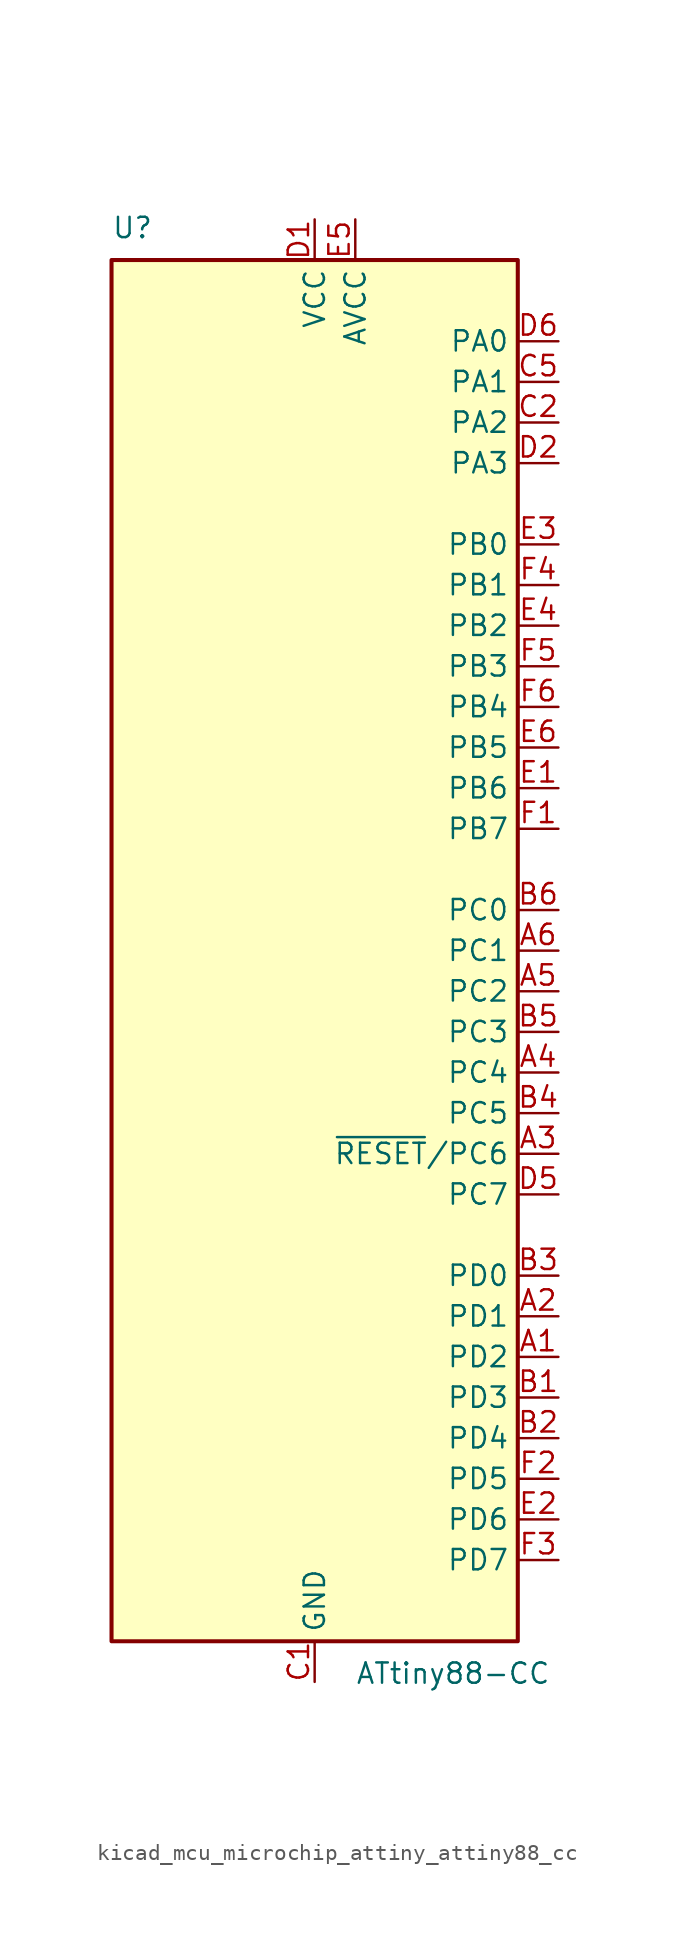
<source format=kicad_sym>
(kicad_symbol_lib
  (version 20220914)
  (generator kicad_symbol_editor)
  (symbol "kicad_mcu_microchip_attiny_attiny88_cc"
    (property "Reference" "U"
      (at -12.7 44.45 0)
      (effects (font (size 1.27 1.27)) (justify left bottom)))
    (property "Value" "ATtiny88-CC"
      (at 2.54 -44.45 0)
      (effects (font (size 1.27 1.27)) (justify left top)))
    (symbol "kicad_mcu_microchip_attiny_attiny88_cc_0_1"
      (rectangle (start -12.7 -43.18) (end 12.7 43.18) (stroke (width 0.254) (type default)) (fill (type background))))
    (symbol "kicad_mcu_microchip_attiny_attiny88_cc_1_1"
      (pin bidirectional line (at 15.24 -25.4 180) (length 2.54) (name "PD2" (effects (font (size 1.27 1.27)))) (number "A1" (effects (font (size 1.27 1.27)))))
      (pin bidirectional line (at 15.24 -22.86 180) (length 2.54) (name "PD1" (effects (font (size 1.27 1.27)))) (number "A2" (effects (font (size 1.27 1.27)))))
      (pin bidirectional line (at 15.24 -12.7 180) (length 2.54) (name "~{RESET}/PC6" (effects (font (size 1.27 1.27)))) (number "A3" (effects (font (size 1.27 1.27)))))
      (pin bidirectional line (at 15.24 -7.62 180) (length 2.54) (name "PC4" (effects (font (size 1.27 1.27)))) (number "A4" (effects (font (size 1.27 1.27)))))
      (pin bidirectional line (at 15.24 -2.54 180) (length 2.54) (name "PC2" (effects (font (size 1.27 1.27)))) (number "A5" (effects (font (size 1.27 1.27)))))
      (pin bidirectional line (at 15.24 0 180) (length 2.54) (name "PC1" (effects (font (size 1.27 1.27)))) (number "A6" (effects (font (size 1.27 1.27)))))
      (pin bidirectional line (at 15.24 -27.94 180) (length 2.54) (name "PD3" (effects (font (size 1.27 1.27)))) (number "B1" (effects (font (size 1.27 1.27)))))
      (pin bidirectional line (at 15.24 -30.48 180) (length 2.54) (name "PD4" (effects (font (size 1.27 1.27)))) (number "B2" (effects (font (size 1.27 1.27)))))
      (pin bidirectional line (at 15.24 -20.32 180) (length 2.54) (name "PD0" (effects (font (size 1.27 1.27)))) (number "B3" (effects (font (size 1.27 1.27)))))
      (pin bidirectional line (at 15.24 -10.16 180) (length 2.54) (name "PC5" (effects (font (size 1.27 1.27)))) (number "B4" (effects (font (size 1.27 1.27)))))
      (pin bidirectional line (at 15.24 -5.08 180) (length 2.54) (name "PC3" (effects (font (size 1.27 1.27)))) (number "B5" (effects (font (size 1.27 1.27)))))
      (pin bidirectional line (at 15.24 2.54 180) (length 2.54) (name "PC0" (effects (font (size 1.27 1.27)))) (number "B6" (effects (font (size 1.27 1.27)))))
      (pin power_in line (at 0 -45.72 90) (length 2.54) (name "GND" (effects (font (size 1.27 1.27)))) (number "C1" (effects (font (size 1.27 1.27)))))
      (pin bidirectional line (at 15.24 33.02 180) (length 2.54) (name "PA2" (effects (font (size 1.27 1.27)))) (number "C2" (effects (font (size 1.27 1.27)))))
      (pin bidirectional line (at 15.24 35.56 180) (length 2.54) (name "PA1" (effects (font (size 1.27 1.27)))) (number "C5" (effects (font (size 1.27 1.27)))))
      (pin passive line (at 0 -45.72 90) (length 2.54) hide (name "GND" (effects (font (size 1.27 1.27)))) (number "C6" (effects (font (size 1.27 1.27)))))
      (pin power_in line (at 0 45.72 270) (length 2.54) (name "VCC" (effects (font (size 1.27 1.27)))) (number "D1" (effects (font (size 1.27 1.27)))))
      (pin bidirectional line (at 15.24 30.48 180) (length 2.54) (name "PA3" (effects (font (size 1.27 1.27)))) (number "D2" (effects (font (size 1.27 1.27)))))
      (pin bidirectional line (at 15.24 -15.24 180) (length 2.54) (name "PC7" (effects (font (size 1.27 1.27)))) (number "D5" (effects (font (size 1.27 1.27)))))
      (pin bidirectional line (at 15.24 38.1 180) (length 2.54) (name "PA0" (effects (font (size 1.27 1.27)))) (number "D6" (effects (font (size 1.27 1.27)))))
      (pin bidirectional line (at 15.24 10.16 180) (length 2.54) (name "PB6" (effects (font (size 1.27 1.27)))) (number "E1" (effects (font (size 1.27 1.27)))))
      (pin bidirectional line (at 15.24 -35.56 180) (length 2.54) (name "PD6" (effects (font (size 1.27 1.27)))) (number "E2" (effects (font (size 1.27 1.27)))))
      (pin bidirectional line (at 15.24 25.4 180) (length 2.54) (name "PB0" (effects (font (size 1.27 1.27)))) (number "E3" (effects (font (size 1.27 1.27)))))
      (pin bidirectional line (at 15.24 20.32 180) (length 2.54) (name "PB2" (effects (font (size 1.27 1.27)))) (number "E4" (effects (font (size 1.27 1.27)))))
      (pin power_in line (at 2.54 45.72 270) (length 2.54) (name "AVCC" (effects (font (size 1.27 1.27)))) (number "E5" (effects (font (size 1.27 1.27)))))
      (pin bidirectional line (at 15.24 12.7 180) (length 2.54) (name "PB5" (effects (font (size 1.27 1.27)))) (number "E6" (effects (font (size 1.27 1.27)))))
      (pin bidirectional line (at 15.24 7.62 180) (length 2.54) (name "PB7" (effects (font (size 1.27 1.27)))) (number "F1" (effects (font (size 1.27 1.27)))))
      (pin bidirectional line (at 15.24 -33.02 180) (length 2.54) (name "PD5" (effects (font (size 1.27 1.27)))) (number "F2" (effects (font (size 1.27 1.27)))))
      (pin bidirectional line (at 15.24 -38.1 180) (length 2.54) (name "PD7" (effects (font (size 1.27 1.27)))) (number "F3" (effects (font (size 1.27 1.27)))))
      (pin bidirectional line (at 15.24 22.86 180) (length 2.54) (name "PB1" (effects (font (size 1.27 1.27)))) (number "F4" (effects (font (size 1.27 1.27)))))
      (pin bidirectional line (at 15.24 17.78 180) (length 2.54) (name "PB3" (effects (font (size 1.27 1.27)))) (number "F5" (effects (font (size 1.27 1.27)))))
      (pin bidirectional line (at 15.24 15.24 180) (length 2.54) (name "PB4" (effects (font (size 1.27 1.27)))) (number "F6" (effects (font (size 1.27 1.27))))))))
</source>
